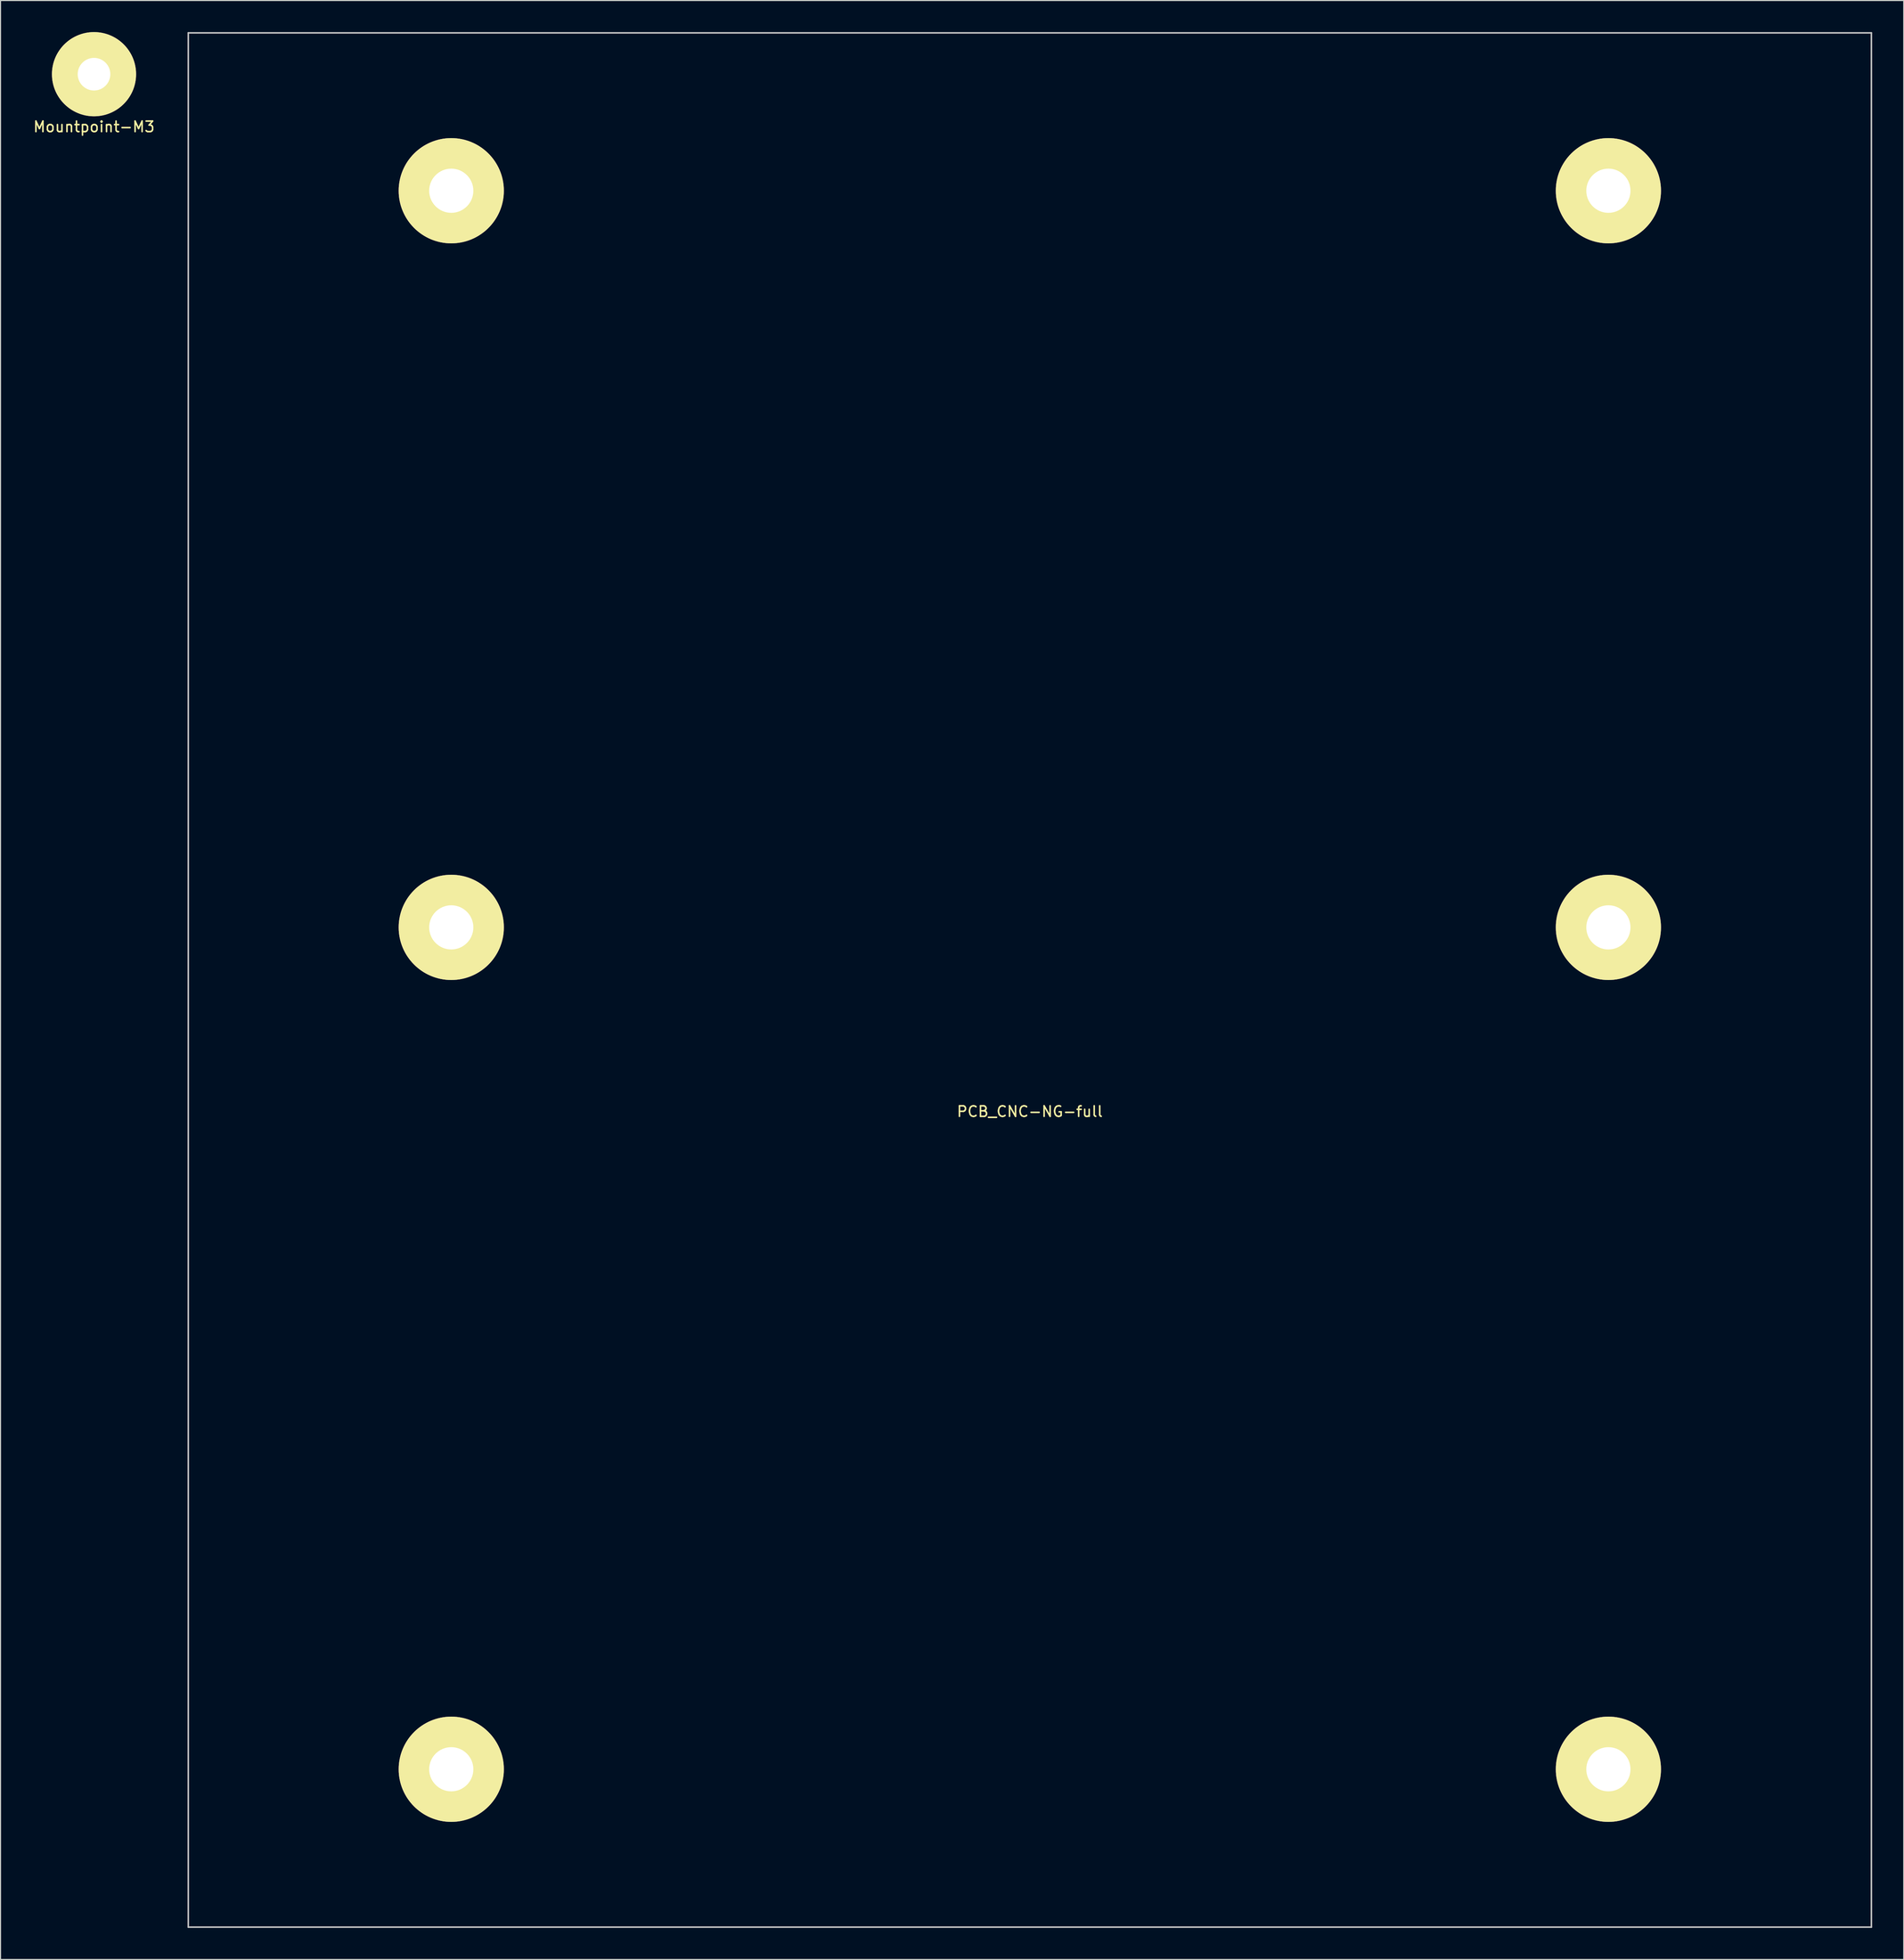
<source format=kicad_pcb>
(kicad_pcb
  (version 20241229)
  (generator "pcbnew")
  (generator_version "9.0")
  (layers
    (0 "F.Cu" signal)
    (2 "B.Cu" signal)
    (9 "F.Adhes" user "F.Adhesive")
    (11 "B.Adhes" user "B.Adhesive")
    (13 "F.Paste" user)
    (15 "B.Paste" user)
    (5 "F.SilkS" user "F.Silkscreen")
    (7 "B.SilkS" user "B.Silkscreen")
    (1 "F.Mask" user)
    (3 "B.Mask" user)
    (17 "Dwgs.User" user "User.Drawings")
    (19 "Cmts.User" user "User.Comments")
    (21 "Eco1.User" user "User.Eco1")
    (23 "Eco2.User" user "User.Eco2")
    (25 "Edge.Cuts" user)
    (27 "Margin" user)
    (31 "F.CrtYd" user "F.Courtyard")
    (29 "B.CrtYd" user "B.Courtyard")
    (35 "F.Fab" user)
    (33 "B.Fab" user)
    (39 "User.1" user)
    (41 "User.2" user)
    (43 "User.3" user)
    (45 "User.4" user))
  (footprint "Mountpoint-M3"
    (layer "F.Cu")
    (at 5.887 4)
    (property "Reference" "Mountpoint-M3" (at 0 5 0) (layer "F.SilkS") (effects (font (size 1 1) (thickness 0.15))))
    (attr through_hole)
    (pad "1" thru_hole circle (at 0 0) (size 8 8) (drill 3.1) (layers "*.Cu" "*.Mask" "F.SilkS")))
  (footprint "PCB_CNC-NG-full"
    (layer "F.Cu")
    (at 94.849 50.075)
    (property "Reference" "PCB_CNC-NG-full" (at 0 52.5 0) (layer "F.SilkS") (effects (font (size 1 1) (thickness 0.15))))
    (attr through_hole)
    (fp_line (start -80 -50) (end 80 -50) (stroke (width 0.15) (type solid)) (layer "Dwgs.User"))
    (fp_line (start -80 130) (end -80 -50) (stroke (width 0.15) (type solid)) (layer "Dwgs.User"))
    (fp_line (start 80 -50) (end 80 130) (stroke (width 0.15) (type solid)) (layer "Dwgs.User"))
    (fp_line (start 80 130) (end -80 130) (stroke (width 0.15) (type solid)) (layer "Dwgs.User"))
    (pad "~" thru_hole circle (at -55 -35) (size 10 10) (drill 4.2) (layers "*.Cu" "*.Mask" "F.SilkS"))
    (pad "~" thru_hole circle (at -55 35) (size 10 10) (drill 4.2) (layers "*.Cu" "*.Mask" "F.SilkS"))
    (pad "~" thru_hole circle (at -55 115) (size 10 10) (drill 4.2) (layers "*.Cu" "*.Mask" "F.SilkS"))
    (pad "~" thru_hole circle (at 55 -35) (size 10 10) (drill 4.2) (layers "*.Cu" "*.Mask" "F.SilkS"))
    (pad "~" thru_hole circle (at 55 35) (size 10 10) (drill 4.2) (layers "*.Cu" "*.Mask" "F.SilkS"))
    (pad "~" thru_hole circle (at 55 115) (size 10 10) (drill 4.2) (layers "*.Cu" "*.Mask" "F.SilkS")))
  (gr_rect
    (start -3 -3)
    (end 177.924 183.15)
    (stroke (width 0.1) (type default))
    (fill no)
    (layer "Edge.Cuts")))
</source>
